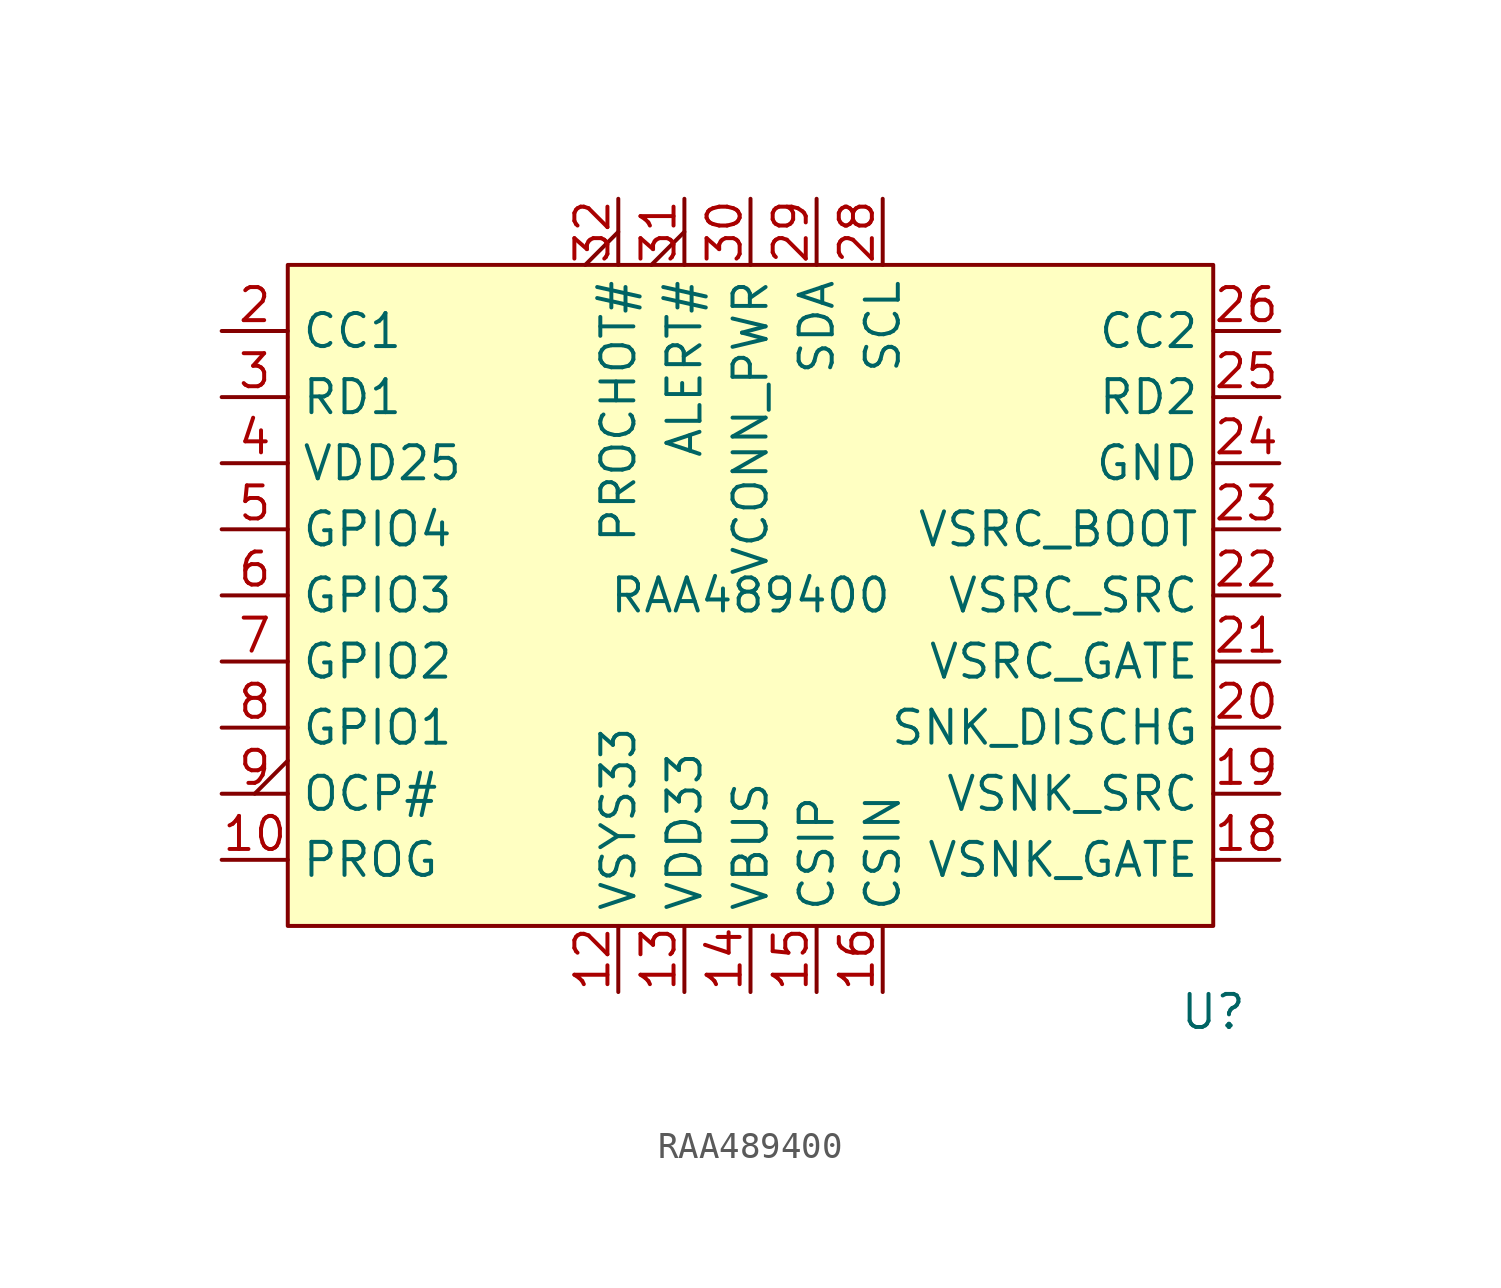
<source format=kicad_sym>
(kicad_symbol_lib
  (version 20241209)
  (generator "kicad_symbol_editor")
  (generator_version "9.0")
  (symbol "RAA489400"
    (property "Reference" "U"
      (at 17.78 -16.002 0)
      (effects (font (size 1.27 1.27))))
    (property "Value" "RAA489400"
      (at 0 0 0)
      (effects (font (size 1.27 1.27))))
    (symbol "RAA489400_1_1"
      (rectangle (start -17.78 12.7) (end 17.78 -12.7) (stroke (width 0) (type solid)) (fill (type background)))
      (pin no_connect line (at -20.32 12.7 0) (length 2.54) (hide yes) (name "NC" (effects (font (size 1.27 1.27)))) (number "1" (effects (font (size 1.27 1.27)))))
      (pin bidirectional line (at -20.32 10.16 0) (length 2.54) (name "CC1" (effects (font (size 1.27 1.27)))) (number "2" (effects (font (size 1.27 1.27)))))
      (pin passive line (at -20.32 7.62 0) (length 2.54) (name "RD1" (effects (font (size 1.27 1.27)))) (number "3" (effects (font (size 1.27 1.27)))))
      (pin power_out line (at -20.32 5.08 0) (length 2.54) (name "VDD25" (effects (font (size 1.27 1.27)))) (number "4" (effects (font (size 1.27 1.27)))))
      (pin bidirectional line (at -20.32 2.54 0) (length 2.54) (name "GPIO4" (effects (font (size 1.27 1.27)))) (number "5" (effects (font (size 1.27 1.27)))))
      (pin bidirectional line (at -20.32 0 0) (length 2.54) (name "GPIO3" (effects (font (size 1.27 1.27)))) (number "6" (effects (font (size 1.27 1.27)))))
      (pin bidirectional line (at -20.32 -2.54 0) (length 2.54) (name "GPIO2" (effects (font (size 1.27 1.27)))) (number "7" (effects (font (size 1.27 1.27)))))
      (pin bidirectional line (at -20.32 -5.08 0) (length 2.54) (name "GPIO1" (effects (font (size 1.27 1.27)))) (number "8" (effects (font (size 1.27 1.27)))))
      (pin output output_low (at -20.32 -7.62 0) (length 2.54) (name "OCP#" (effects (font (size 1.27 1.27)))) (number "9" (effects (font (size 1.27 1.27)))))
      (pin passive line (at -20.32 -10.16 0) (length 2.54) (name "PROG" (effects (font (size 1.27 1.27)))) (number "10" (effects (font (size 1.27 1.27)))))
      (pin no_connect line (at -20.32 -12.7 0) (length 2.54) (hide yes) (name "NC" (effects (font (size 1.27 1.27)))) (number "11" (effects (font (size 1.27 1.27)))))
      (pin output output_low (at -5.08 15.24 270) (length 2.54) (name "PROCHOT#" (effects (font (size 1.27 1.27)))) (number "32" (effects (font (size 1.27 1.27)))))
      (pin power_in line (at -5.08 -15.24 90) (length 2.54) (name "VSYS33" (effects (font (size 1.27 1.27)))) (number "12" (effects (font (size 1.27 1.27)))))
      (pin output output_low (at -2.54 15.24 270) (length 2.54) (name "ALERT#" (effects (font (size 1.27 1.27)))) (number "31" (effects (font (size 1.27 1.27)))))
      (pin power_out line (at -2.54 -15.24 90) (length 2.54) (name "VDD33" (effects (font (size 1.27 1.27)))) (number "13" (effects (font (size 1.27 1.27)))))
      (pin power_in line (at 0 15.24 270) (length 2.54) (name "VCONN_PWR" (effects (font (size 1.27 1.27)))) (number "30" (effects (font (size 1.27 1.27)))))
      (pin power_in line (at 0 -15.24 90) (length 2.54) (name "VBUS" (effects (font (size 1.27 1.27)))) (number "14" (effects (font (size 1.27 1.27)))))
      (pin bidirectional line (at 2.54 15.24 270) (length 2.54) (name "SDA" (effects (font (size 1.27 1.27)))) (number "29" (effects (font (size 1.27 1.27)))))
      (pin passive line (at 2.54 -15.24 90) (length 2.54) (name "CSIP" (effects (font (size 1.27 1.27)))) (number "15" (effects (font (size 1.27 1.27)))))
      (pin input line (at 5.08 15.24 270) (length 2.54) (name "SCL" (effects (font (size 1.27 1.27)))) (number "28" (effects (font (size 1.27 1.27)))))
      (pin passive line (at 5.08 -15.24 90) (length 2.54) (name "CSIN" (effects (font (size 1.27 1.27)))) (number "16" (effects (font (size 1.27 1.27)))))
      (pin no_connect line (at 20.32 12.7 180) (length 2.54) (hide yes) (name "NC" (effects (font (size 1.27 1.27)))) (number "27" (effects (font (size 1.27 1.27)))))
      (pin bidirectional line (at 20.32 10.16 180) (length 2.54) (name "CC2" (effects (font (size 1.27 1.27)))) (number "26" (effects (font (size 1.27 1.27)))))
      (pin passive line (at 20.32 7.62 180) (length 2.54) (name "RD2" (effects (font (size 1.27 1.27)))) (number "25" (effects (font (size 1.27 1.27)))))
      (pin power_in line (at 20.32 5.08 180) (length 2.54) (name "GND" (effects (font (size 1.27 1.27)))) (number "24" (effects (font (size 1.27 1.27)))))
      (pin passive line (at 20.32 2.54 180) (length 2.54) (name "VSRC_BOOT" (effects (font (size 1.27 1.27)))) (number "23" (effects (font (size 1.27 1.27)))))
      (pin passive line (at 20.32 0 180) (length 2.54) (name "VSRC_SRC" (effects (font (size 1.27 1.27)))) (number "22" (effects (font (size 1.27 1.27)))))
      (pin output line (at 20.32 -2.54 180) (length 2.54) (name "VSRC_GATE" (effects (font (size 1.27 1.27)))) (number "21" (effects (font (size 1.27 1.27)))))
      (pin passive line (at 20.32 -5.08 180) (length 2.54) (name "SNK_DISCHG" (effects (font (size 1.27 1.27)))) (number "20" (effects (font (size 1.27 1.27)))))
      (pin passive line (at 20.32 -7.62 180) (length 2.54) (name "VSNK_SRC" (effects (font (size 1.27 1.27)))) (number "19" (effects (font (size 1.27 1.27)))))
      (pin output line (at 20.32 -10.16 180) (length 2.54) (name "VSNK_GATE" (effects (font (size 1.27 1.27)))) (number "18" (effects (font (size 1.27 1.27)))))
      (pin no_connect line (at 20.32 -12.7 180) (length 2.54) (hide yes) (name "NC" (effects (font (size 1.27 1.27)))) (number "17" (effects (font (size 1.27 1.27))))))))
</source>
